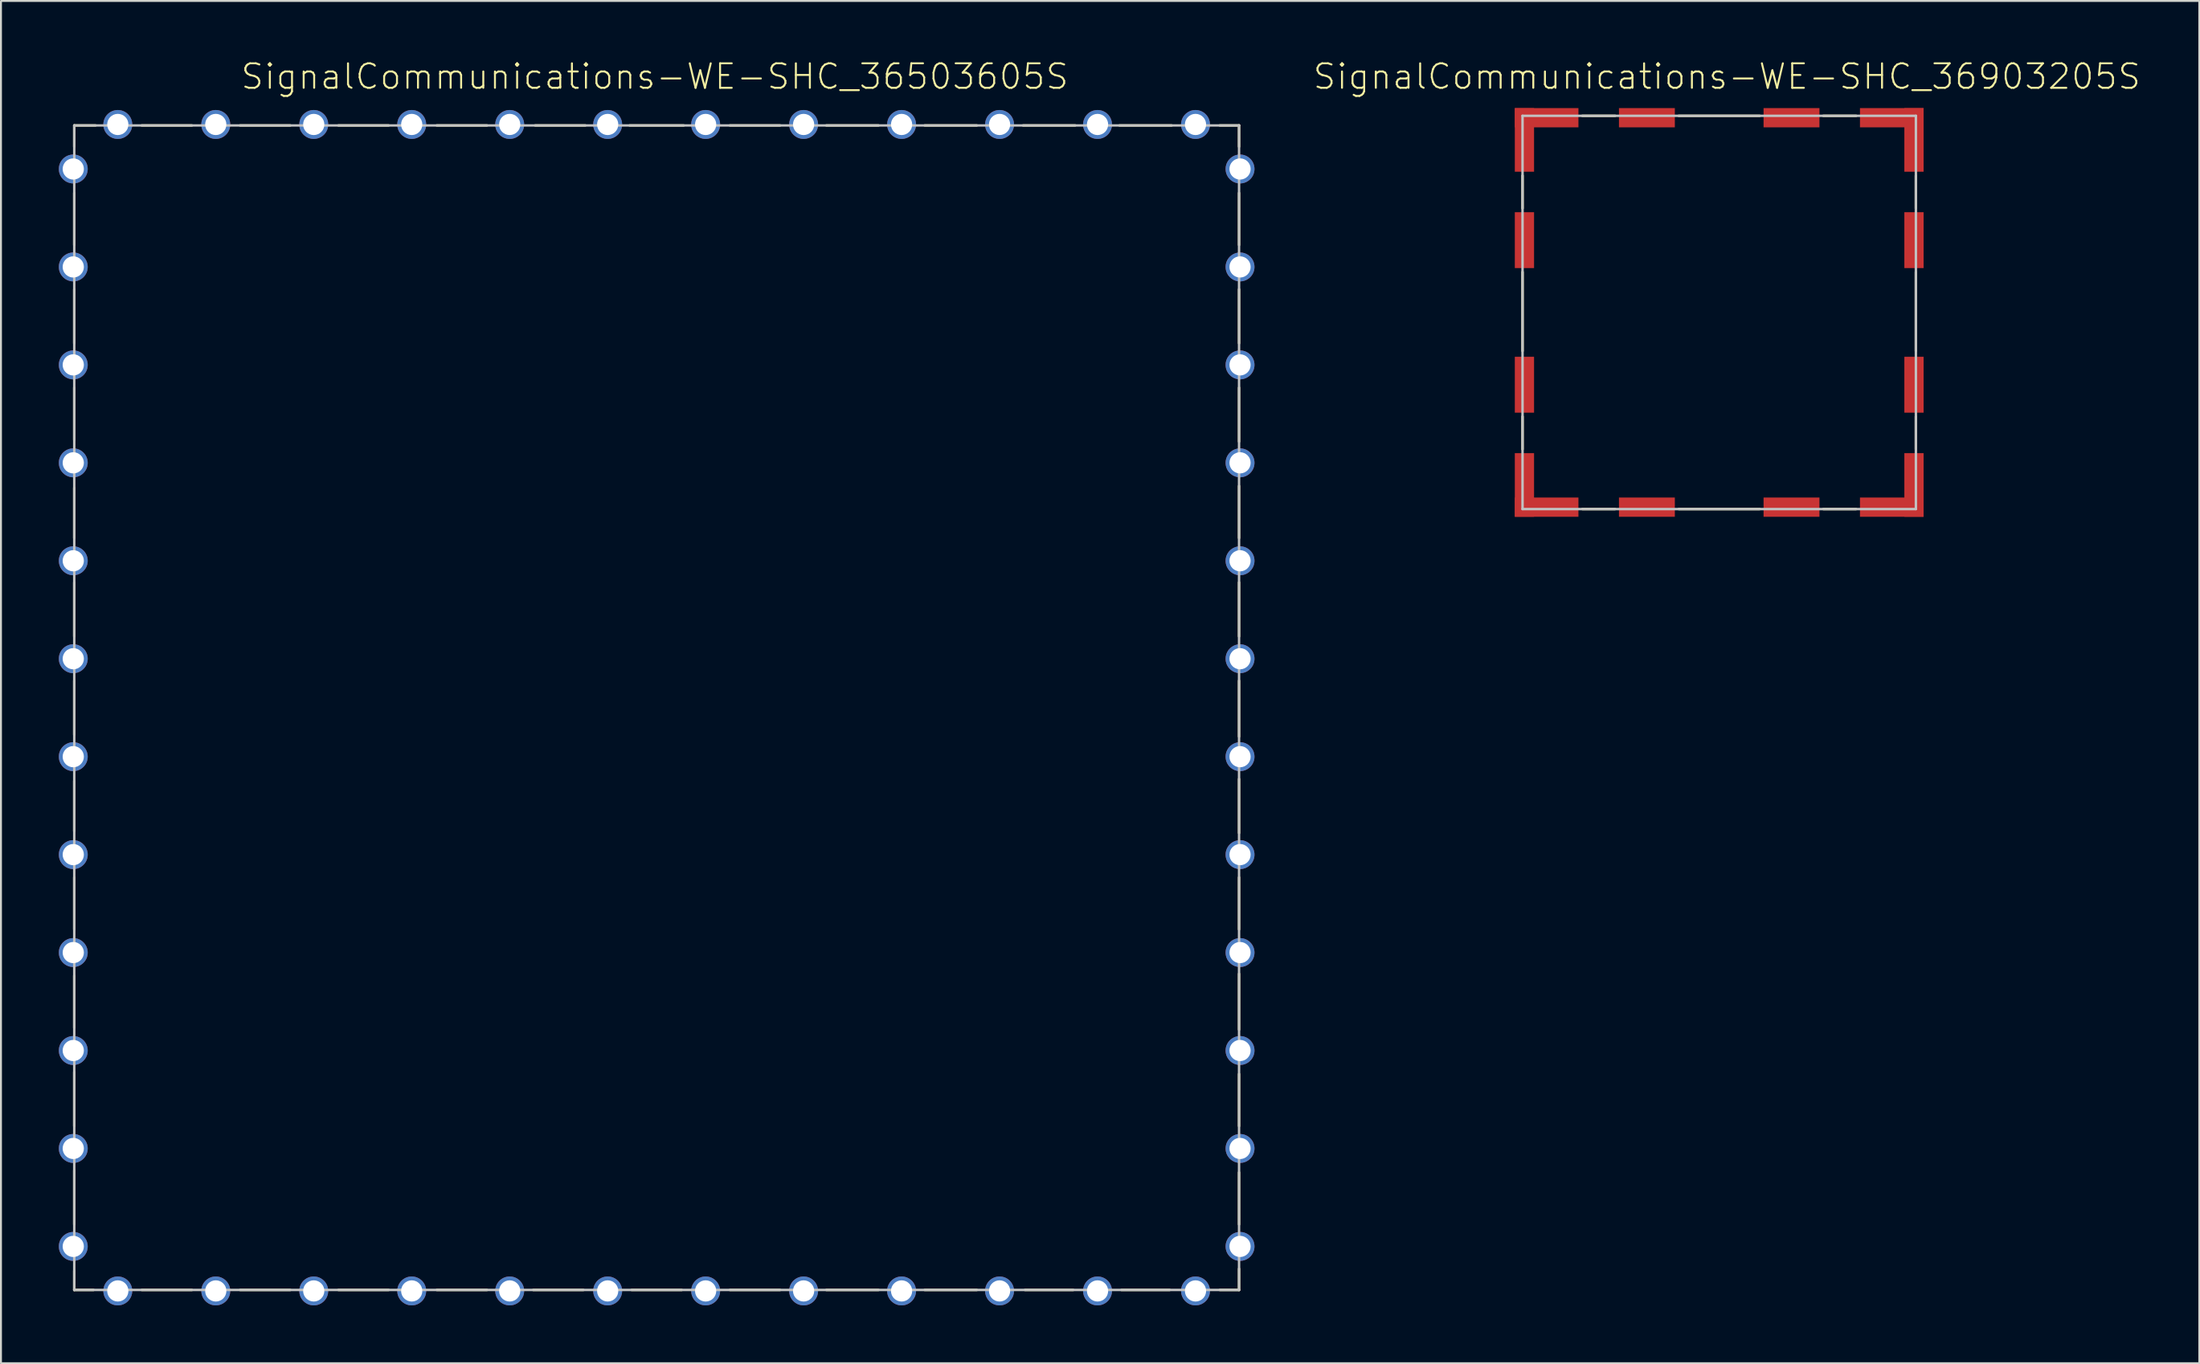
<source format=kicad_pcb>
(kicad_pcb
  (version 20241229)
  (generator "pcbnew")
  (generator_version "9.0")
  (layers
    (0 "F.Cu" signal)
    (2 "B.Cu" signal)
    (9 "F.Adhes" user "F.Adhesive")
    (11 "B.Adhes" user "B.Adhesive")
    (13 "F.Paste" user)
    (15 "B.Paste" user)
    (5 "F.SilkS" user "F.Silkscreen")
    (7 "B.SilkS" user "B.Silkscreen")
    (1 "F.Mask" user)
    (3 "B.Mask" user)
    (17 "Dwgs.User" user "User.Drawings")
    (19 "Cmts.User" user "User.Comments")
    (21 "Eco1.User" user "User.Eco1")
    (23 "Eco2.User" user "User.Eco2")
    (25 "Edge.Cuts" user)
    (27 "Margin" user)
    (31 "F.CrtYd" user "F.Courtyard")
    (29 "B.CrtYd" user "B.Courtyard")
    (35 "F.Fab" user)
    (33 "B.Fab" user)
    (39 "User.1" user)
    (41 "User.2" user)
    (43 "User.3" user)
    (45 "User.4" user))
  (footprint "SignalCommunications-WE-SHC_36903205S"
    (layer "F.Cu")
    (at 86.092 13.154)
    (property "Reference" "SignalCommunications-WE-SHC_36903205S" (at 0.399 -12.233 0) (layer "F.SilkS") (effects (font (size 1.27 1.27) (thickness 0.102))))
    (attr smd)
    (fp_line (start -10.198 -7.099) (end -10.198 -5.397) (stroke (width 0.127) (type solid)) (layer "F.SilkS"))
    (fp_line (start -10.198 -2.098) (end -10.198 1.999) (stroke (width 0.127) (type solid)) (layer "F.SilkS"))
    (fp_line (start -10.198 5.397) (end -10.198 7.099) (stroke (width 0.127) (type solid)) (layer "F.SilkS"))
    (fp_line (start -7.099 -10.198) (end -5.397 -10.198) (stroke (width 0.127) (type solid)) (layer "F.SilkS"))
    (fp_line (start -7.099 10.198) (end -5.397 10.198) (stroke (width 0.127) (type solid)) (layer "F.SilkS"))
    (fp_line (start -2.098 -10.198) (end 2.098 -10.198) (stroke (width 0.127) (type solid)) (layer "F.SilkS"))
    (fp_line (start -2.098 10.198) (end 2.098 10.198) (stroke (width 0.127) (type solid)) (layer "F.SilkS"))
    (fp_line (start 5.397 -10.198) (end 7.099 -10.198) (stroke (width 0.127) (type solid)) (layer "F.SilkS"))
    (fp_line (start 5.397 10.198) (end 7.099 10.198) (stroke (width 0.127) (type solid)) (layer "F.SilkS"))
    (fp_line (start 10.198 -7.099) (end 10.198 -5.397) (stroke (width 0.127) (type solid)) (layer "F.SilkS"))
    (fp_line (start 10.198 -2.098) (end 10.198 1.999) (stroke (width 0.127) (type solid)) (layer "F.SilkS"))
    (fp_line (start 10.198 5.397) (end 10.198 7.099) (stroke (width 0.127) (type solid)) (layer "F.SilkS"))
    (fp_line (start -10.198 -10.198) (end 10.198 -10.198) (stroke (width 0.127) (type solid)) (layer "Dwgs.User"))
    (fp_line (start -10.198 10.198) (end -10.198 -10.198) (stroke (width 0.127) (type solid)) (layer "Dwgs.User"))
    (fp_line (start 10.198 -10.198) (end 10.198 10.198) (stroke (width 0.127) (type solid)) (layer "Dwgs.User"))
    (fp_line (start 10.198 10.198) (end -10.198 10.198) (stroke (width 0.127) (type solid)) (layer "Dwgs.User"))
    (pad "1" smd rect (at -8.948 -10.099) (size 3.299 0.998) (layers "F.Cu" "F.Mask" "F.Paste"))
    (pad "2" smd rect (at -3.749 -10.099) (size 2.898 0.998) (layers "F.Cu" "F.Mask" "F.Paste"))
    (pad "3" smd rect (at 3.749 -10.099) (size 2.898 0.998) (layers "F.Cu" "F.Mask" "F.Paste"))
    (pad "4" smd rect (at 8.948 -10.099) (size 3.299 0.998) (layers "F.Cu" "F.Mask" "F.Paste"))
    (pad "5" smd rect (at 10.099 -8.948 90) (size 3.299 0.998) (layers "F.Cu" "F.Mask" "F.Paste"))
    (pad "6" smd rect (at 10.099 -3.749 90) (size 2.898 0.998) (layers "F.Cu" "F.Mask" "F.Paste"))
    (pad "7" smd rect (at 10.099 3.749 90) (size 2.898 0.998) (layers "F.Cu" "F.Mask" "F.Paste"))
    (pad "8" smd rect (at 10.099 8.948 90) (size 3.299 0.998) (layers "F.Cu" "F.Mask" "F.Paste"))
    (pad "9" smd rect (at 8.948 10.099 180) (size 3.299 0.998) (layers "F.Cu" "F.Mask" "F.Paste"))
    (pad "10" smd rect (at 3.749 10.099 180) (size 2.898 0.998) (layers "F.Cu" "F.Mask" "F.Paste"))
    (pad "11" smd rect (at -3.749 10.099 180) (size 2.898 0.998) (layers "F.Cu" "F.Mask" "F.Paste"))
    (pad "12" smd rect (at -8.948 10.099) (size 3.299 0.998) (layers "F.Cu" "F.Mask" "F.Paste"))
    (pad "13" smd rect (at -10.099 8.948 90) (size 3.299 0.998) (layers "F.Cu" "F.Mask" "F.Paste"))
    (pad "14" smd rect (at -10.099 3.749 90) (size 2.898 0.998) (layers "F.Cu" "F.Mask" "F.Paste"))
    (pad "15" smd rect (at -10.099 -3.749 90) (size 2.898 0.998) (layers "F.Cu" "F.Mask" "F.Paste"))
    (pad "16" smd rect (at -10.099 -8.948 90) (size 3.299 0.998) (layers "F.Cu" "F.Mask" "F.Paste")))
  (footprint "SignalCommunications-WE-SHC_36503605S"
    (layer "F.Cu")
    (at 30.998 33.654)
    (property "Reference" "SignalCommunications-WE-SHC_36503605S" (at -0.099 -32.733 0) (layer "F.SilkS") (effects (font (size 1.27 1.27) (thickness 0.102))))
    (attr exclude_from_pos_files exclude_from_bom)
    (fp_line (start -30.198 -30.198) (end -30.198 -29.098) (stroke (width 0.127) (type solid)) (layer "F.SilkS"))
    (fp_line (start -30.198 -26.698) (end -30.198 -23.998) (stroke (width 0.127) (type solid)) (layer "F.SilkS"))
    (fp_line (start -30.198 -18.898) (end -30.198 -21.699) (stroke (width 0.127) (type solid)) (layer "F.SilkS"))
    (fp_line (start -30.198 -13.899) (end -30.198 -16.599) (stroke (width 0.127) (type solid)) (layer "F.SilkS"))
    (fp_line (start -30.198 -8.799) (end -30.198 -11.4) (stroke (width 0.127) (type solid)) (layer "F.SilkS"))
    (fp_line (start -30.198 -3.698) (end -30.198 -6.5) (stroke (width 0.127) (type solid)) (layer "F.SilkS"))
    (fp_line (start -30.198 1.4) (end -30.198 -1.4) (stroke (width 0.127) (type solid)) (layer "F.SilkS"))
    (fp_line (start -30.198 6.398) (end -30.198 3.8) (stroke (width 0.127) (type solid)) (layer "F.SilkS"))
    (fp_line (start -30.198 11.499) (end -30.198 8.799) (stroke (width 0.127) (type solid)) (layer "F.SilkS"))
    (fp_line (start -30.198 16.599) (end -30.198 13.899) (stroke (width 0.127) (type solid)) (layer "F.SilkS"))
    (fp_line (start -30.198 21.699) (end -30.198 18.898) (stroke (width 0.127) (type solid)) (layer "F.SilkS"))
    (fp_line (start -30.198 26.8) (end -30.198 23.998) (stroke (width 0.127) (type solid)) (layer "F.SilkS"))
    (fp_line (start -30.198 29.2) (end -30.198 30.198) (stroke (width 0.127) (type solid)) (layer "F.SilkS"))
    (fp_line (start -30.198 30.198) (end -29.2 30.198) (stroke (width 0.127) (type solid)) (layer "F.SilkS"))
    (fp_line (start -29.098 -30.198) (end -30.198 -30.198) (stroke (width 0.127) (type solid)) (layer "F.SilkS"))
    (fp_line (start -26.698 -30.198) (end -24.1 -30.198) (stroke (width 0.127) (type solid)) (layer "F.SilkS"))
    (fp_line (start -26.698 30.198) (end -24.1 30.198) (stroke (width 0.127) (type solid)) (layer "F.SilkS"))
    (fp_line (start -21.598 -30.198) (end -18.999 -30.198) (stroke (width 0.127) (type solid)) (layer "F.SilkS"))
    (fp_line (start -21.598 30.198) (end -18.999 30.198) (stroke (width 0.127) (type solid)) (layer "F.SilkS"))
    (fp_line (start -16.5 -30.198) (end -13.899 -30.198) (stroke (width 0.127) (type solid)) (layer "F.SilkS"))
    (fp_line (start -16.5 30.198) (end -13.899 30.198) (stroke (width 0.127) (type solid)) (layer "F.SilkS"))
    (fp_line (start -11.4 -30.198) (end -8.799 -30.198) (stroke (width 0.127) (type solid)) (layer "F.SilkS"))
    (fp_line (start -11.4 30.198) (end -8.799 30.198) (stroke (width 0.127) (type solid)) (layer "F.SilkS"))
    (fp_line (start -6.398 30.198) (end -3.8 30.198) (stroke (width 0.127) (type solid)) (layer "F.SilkS"))
    (fp_line (start -6.299 -30.198) (end -3.698 -30.198) (stroke (width 0.127) (type solid)) (layer "F.SilkS"))
    (fp_line (start -1.4 -30.198) (end 1.4 -30.198) (stroke (width 0.127) (type solid)) (layer "F.SilkS"))
    (fp_line (start -1.298 30.198) (end 1.298 30.198) (stroke (width 0.127) (type solid)) (layer "F.SilkS"))
    (fp_line (start 3.8 -30.198) (end 6.398 -30.198) (stroke (width 0.127) (type solid)) (layer "F.SilkS"))
    (fp_line (start 3.8 30.198) (end 6.398 30.198) (stroke (width 0.127) (type solid)) (layer "F.SilkS"))
    (fp_line (start 8.799 -30.198) (end 11.499 -30.198) (stroke (width 0.127) (type solid)) (layer "F.SilkS"))
    (fp_line (start 8.799 30.198) (end 11.499 30.198) (stroke (width 0.127) (type solid)) (layer "F.SilkS"))
    (fp_line (start 13.899 -30.198) (end 16.599 -30.198) (stroke (width 0.127) (type solid)) (layer "F.SilkS"))
    (fp_line (start 13.899 30.198) (end 16.599 30.198) (stroke (width 0.127) (type solid)) (layer "F.SilkS"))
    (fp_line (start 18.999 -30.198) (end 21.699 -30.198) (stroke (width 0.127) (type solid)) (layer "F.SilkS"))
    (fp_line (start 19.098 30.198) (end 21.598 30.198) (stroke (width 0.127) (type solid)) (layer "F.SilkS"))
    (fp_line (start 23.998 -30.198) (end 26.698 -30.198) (stroke (width 0.127) (type solid)) (layer "F.SilkS"))
    (fp_line (start 24.1 30.198) (end 26.599 30.198) (stroke (width 0.127) (type solid)) (layer "F.SilkS"))
    (fp_line (start 29.2 -30.198) (end 30.198 -30.198) (stroke (width 0.127) (type solid)) (layer "F.SilkS"))
    (fp_line (start 29.2 30.198) (end 30.198 30.198) (stroke (width 0.127) (type solid)) (layer "F.SilkS"))
    (fp_line (start 30.198 -30.198) (end 30.198 -29.098) (stroke (width 0.127) (type solid)) (layer "F.SilkS"))
    (fp_line (start 30.198 -23.998) (end 30.198 -26.698) (stroke (width 0.127) (type solid)) (layer "F.SilkS"))
    (fp_line (start 30.198 -18.898) (end 30.198 -21.699) (stroke (width 0.127) (type solid)) (layer "F.SilkS"))
    (fp_line (start 30.198 -13.8) (end 30.198 -16.599) (stroke (width 0.127) (type solid)) (layer "F.SilkS"))
    (fp_line (start 30.198 -8.799) (end 30.198 -11.499) (stroke (width 0.127) (type solid)) (layer "F.SilkS"))
    (fp_line (start 30.198 -3.698) (end 30.198 -6.5) (stroke (width 0.127) (type solid)) (layer "F.SilkS"))
    (fp_line (start 30.198 1.499) (end 30.198 -1.4) (stroke (width 0.127) (type solid)) (layer "F.SilkS"))
    (fp_line (start 30.198 6.5) (end 30.198 3.698) (stroke (width 0.127) (type solid)) (layer "F.SilkS"))
    (fp_line (start 30.198 11.499) (end 30.198 8.799) (stroke (width 0.127) (type solid)) (layer "F.SilkS"))
    (fp_line (start 30.198 16.698) (end 30.198 13.8) (stroke (width 0.127) (type solid)) (layer "F.SilkS"))
    (fp_line (start 30.198 21.699) (end 30.198 18.999) (stroke (width 0.127) (type solid)) (layer "F.SilkS"))
    (fp_line (start 30.198 24.1) (end 30.198 26.8) (stroke (width 0.127) (type solid)) (layer "F.SilkS"))
    (fp_line (start 30.198 30.198) (end 30.198 29.098) (stroke (width 0.127) (type solid)) (layer "F.SilkS"))
    (fp_line (start -30.198 -30.198) (end 30.198 -30.198) (stroke (width 0.127) (type solid)) (layer "Dwgs.User"))
    (fp_line (start -30.198 30.198) (end -30.198 -30.198) (stroke (width 0.127) (type solid)) (layer "Dwgs.User"))
    (fp_line (start 30.198 -30.198) (end 30.198 30.198) (stroke (width 0.127) (type solid)) (layer "Dwgs.User"))
    (fp_line (start 30.198 30.198) (end -30.198 30.198) (stroke (width 0.127) (type solid)) (layer "Dwgs.User"))
    (pad "1" thru_hole circle (at -27.94 -30.249) (size 1.499 1.499) (drill 1.1) (layers "*.Cu" "*.Paste" "*.Mask"))
    (pad "2" thru_hole circle (at -22.86 -30.249) (size 1.499 1.499) (drill 1.1) (layers "*.Cu" "*.Paste" "*.Mask"))
    (pad "3" thru_hole circle (at -17.78 -30.249) (size 1.499 1.499) (drill 1.1) (layers "*.Cu" "*.Paste" "*.Mask"))
    (pad "4" thru_hole circle (at -12.7 -30.249) (size 1.499 1.499) (drill 1.1) (layers "*.Cu" "*.Paste" "*.Mask"))
    (pad "5" thru_hole circle (at -7.62 -30.249) (size 1.499 1.499) (drill 1.1) (layers "*.Cu" "*.Paste" "*.Mask"))
    (pad "6" thru_hole circle (at -2.54 -30.249) (size 1.499 1.499) (drill 1.1) (layers "*.Cu" "*.Paste" "*.Mask"))
    (pad "7" thru_hole circle (at 2.54 -30.249) (size 1.499 1.499) (drill 1.1) (layers "*.Cu" "*.Paste" "*.Mask"))
    (pad "8" thru_hole circle (at 7.62 -30.249) (size 1.499 1.499) (drill 1.1) (layers "*.Cu" "*.Paste" "*.Mask"))
    (pad "9" thru_hole circle (at 12.7 -30.249) (size 1.499 1.499) (drill 1.1) (layers "*.Cu" "*.Paste" "*.Mask"))
    (pad "10" thru_hole circle (at 17.78 -30.249) (size 1.499 1.499) (drill 1.1) (layers "*.Cu" "*.Paste" "*.Mask"))
    (pad "11" thru_hole circle (at 22.86 -30.249) (size 1.499 1.499) (drill 1.1) (layers "*.Cu" "*.Paste" "*.Mask"))
    (pad "12" thru_hole circle (at 27.94 -30.249) (size 1.499 1.499) (drill 1.1) (layers "*.Cu" "*.Paste" "*.Mask"))
    (pad "13" thru_hole circle (at 30.249 -27.94) (size 1.499 1.499) (drill 1.1) (layers "*.Cu" "*.Paste" "*.Mask"))
    (pad "14" thru_hole circle (at 30.249 -22.86) (size 1.499 1.499) (drill 1.1) (layers "*.Cu" "*.Paste" "*.Mask"))
    (pad "15" thru_hole circle (at 30.249 -17.78) (size 1.499 1.499) (drill 1.1) (layers "*.Cu" "*.Paste" "*.Mask"))
    (pad "16" thru_hole circle (at 30.249 -12.7) (size 1.499 1.499) (drill 1.1) (layers "*.Cu" "*.Paste" "*.Mask"))
    (pad "17" thru_hole circle (at 30.249 -7.62) (size 1.499 1.499) (drill 1.1) (layers "*.Cu" "*.Paste" "*.Mask"))
    (pad "18" thru_hole circle (at 30.249 -2.54) (size 1.499 1.499) (drill 1.1) (layers "*.Cu" "*.Paste" "*.Mask"))
    (pad "19" thru_hole circle (at 30.249 2.54) (size 1.499 1.499) (drill 1.1) (layers "*.Cu" "*.Paste" "*.Mask"))
    (pad "20" thru_hole circle (at 30.249 7.62) (size 1.499 1.499) (drill 1.1) (layers "*.Cu" "*.Paste" "*.Mask"))
    (pad "21" thru_hole circle (at 30.249 12.7) (size 1.499 1.499) (drill 1.1) (layers "*.Cu" "*.Paste" "*.Mask"))
    (pad "22" thru_hole circle (at 30.249 17.78) (size 1.499 1.499) (drill 1.1) (layers "*.Cu" "*.Paste" "*.Mask"))
    (pad "23" thru_hole circle (at 30.249 22.86) (size 1.499 1.499) (drill 1.1) (layers "*.Cu" "*.Paste" "*.Mask"))
    (pad "24" thru_hole circle (at 30.249 27.94) (size 1.499 1.499) (drill 1.1) (layers "*.Cu" "*.Paste" "*.Mask"))
    (pad "25" thru_hole circle (at 27.94 30.249) (size 1.499 1.499) (drill 1.1) (layers "*.Cu" "*.Paste" "*.Mask"))
    (pad "26" thru_hole circle (at 22.86 30.249) (size 1.499 1.499) (drill 1.1) (layers "*.Cu" "*.Paste" "*.Mask"))
    (pad "27" thru_hole circle (at 17.78 30.249) (size 1.499 1.499) (drill 1.1) (layers "*.Cu" "*.Paste" "*.Mask"))
    (pad "28" thru_hole circle (at 12.7 30.249) (size 1.499 1.499) (drill 1.1) (layers "*.Cu" "*.Paste" "*.Mask"))
    (pad "29" thru_hole circle (at 7.62 30.249) (size 1.499 1.499) (drill 1.1) (layers "*.Cu" "*.Paste" "*.Mask"))
    (pad "30" thru_hole circle (at 2.54 30.249) (size 1.499 1.499) (drill 1.1) (layers "*.Cu" "*.Paste" "*.Mask"))
    (pad "31" thru_hole circle (at -2.54 30.249) (size 1.499 1.499) (drill 1.1) (layers "*.Cu" "*.Paste" "*.Mask"))
    (pad "32" thru_hole circle (at -7.62 30.249) (size 1.499 1.499) (drill 1.1) (layers "*.Cu" "*.Paste" "*.Mask"))
    (pad "33" thru_hole circle (at -12.7 30.249) (size 1.499 1.499) (drill 1.1) (layers "*.Cu" "*.Paste" "*.Mask"))
    (pad "34" thru_hole circle (at -17.78 30.249) (size 1.499 1.499) (drill 1.1) (layers "*.Cu" "*.Paste" "*.Mask"))
    (pad "35" thru_hole circle (at -22.86 30.249) (size 1.499 1.499) (drill 1.1) (layers "*.Cu" "*.Paste" "*.Mask"))
    (pad "36" thru_hole circle (at -27.94 30.249) (size 1.499 1.499) (drill 1.1) (layers "*.Cu" "*.Paste" "*.Mask"))
    (pad "37" thru_hole circle (at -30.249 27.94) (size 1.499 1.499) (drill 1.1) (layers "*.Cu" "*.Paste" "*.Mask"))
    (pad "38" thru_hole circle (at -30.249 22.86) (size 1.499 1.499) (drill 1.1) (layers "*.Cu" "*.Paste" "*.Mask"))
    (pad "39" thru_hole circle (at -30.249 17.78) (size 1.499 1.499) (drill 1.1) (layers "*.Cu" "*.Paste" "*.Mask"))
    (pad "40" thru_hole circle (at -30.249 12.7) (size 1.499 1.499) (drill 1.1) (layers "*.Cu" "*.Paste" "*.Mask"))
    (pad "41" thru_hole circle (at -30.249 7.62) (size 1.499 1.499) (drill 1.1) (layers "*.Cu" "*.Paste" "*.Mask"))
    (pad "42" thru_hole circle (at -30.249 2.54) (size 1.499 1.499) (drill 1.1) (layers "*.Cu" "*.Paste" "*.Mask"))
    (pad "43" thru_hole circle (at -30.249 -2.54) (size 1.499 1.499) (drill 1.1) (layers "*.Cu" "*.Paste" "*.Mask"))
    (pad "44" thru_hole circle (at -30.249 -7.62) (size 1.499 1.499) (drill 1.1) (layers "*.Cu" "*.Paste" "*.Mask"))
    (pad "45" thru_hole circle (at -30.249 -12.7) (size 1.499 1.499) (drill 1.1) (layers "*.Cu" "*.Paste" "*.Mask"))
    (pad "46" thru_hole circle (at -30.249 -17.78) (size 1.499 1.499) (drill 1.1) (layers "*.Cu" "*.Paste" "*.Mask"))
    (pad "47" thru_hole circle (at -30.249 -22.86) (size 1.499 1.499) (drill 1.1) (layers "*.Cu" "*.Paste" "*.Mask"))
    (pad "48" thru_hole circle (at -30.249 -27.94) (size 1.499 1.499) (drill 1.1) (layers "*.Cu" "*.Paste" "*.Mask")))
  (gr_rect
    (start -3 -3)
    (end 110.985 67.652)
    (stroke (width 0.1) (type default))
    (fill no)
    (layer "Edge.Cuts")))
</source>
